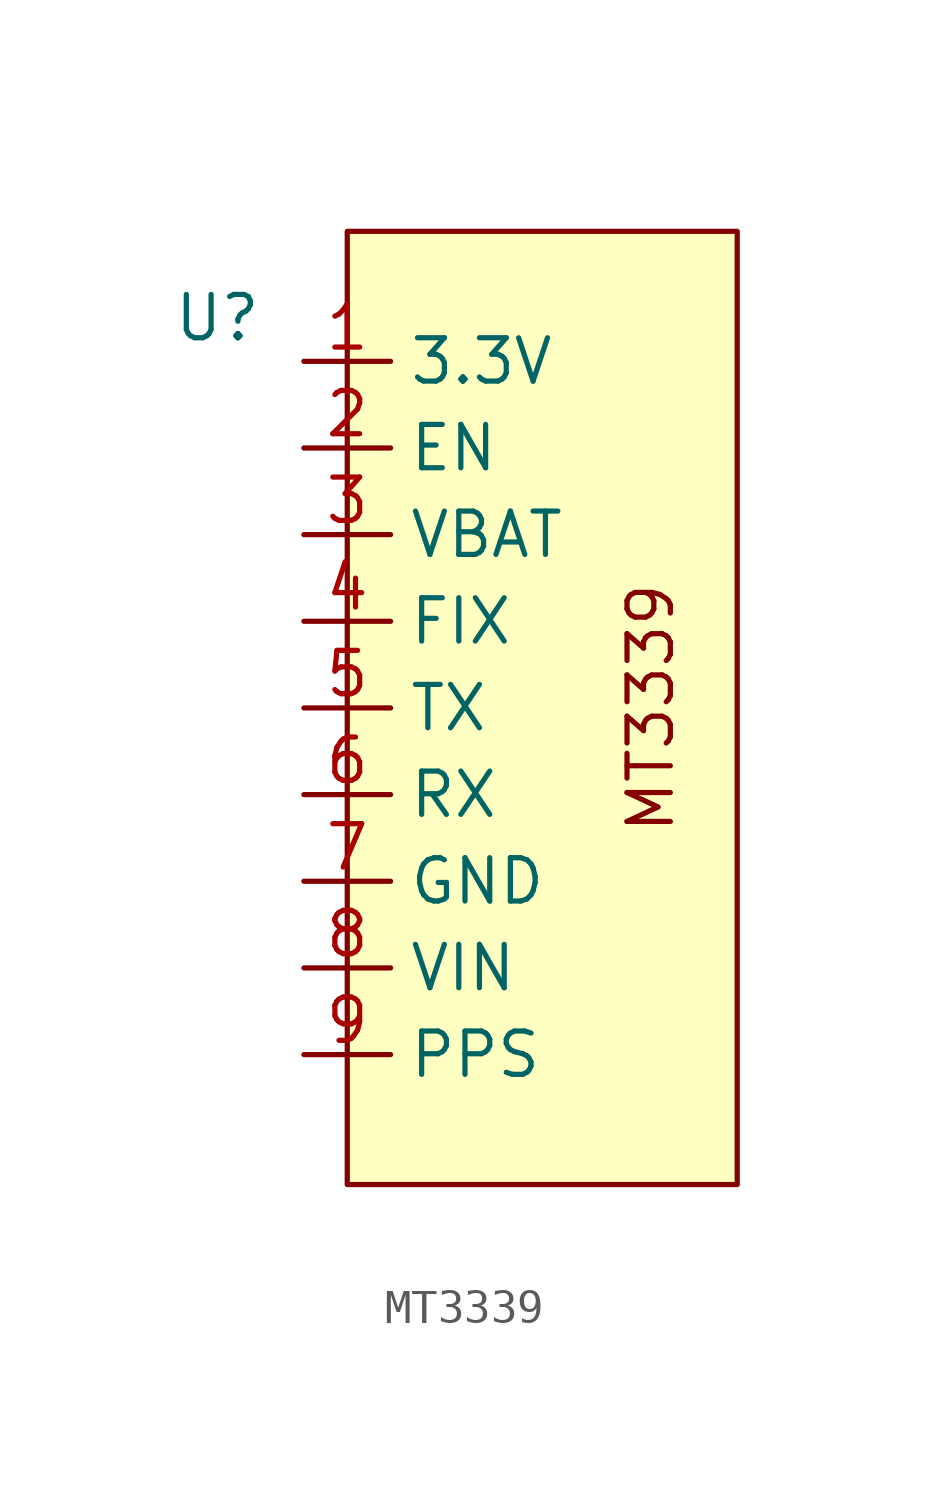
<source format=kicad_sym>
(kicad_symbol_lib
  (version 20220914)
  (generator kicad_symbol_editor)
  (symbol "MT3339"
    (property "Reference" "U"
      (at 0 0 0)
      (effects (font (size 1.27 1.27))))
    (property "Value" ""
      (at 0 0 0)
      (effects (font (size 1.27 1.27))))
    (symbol "MT3339_0_1"
      (rectangle (start 3.81 2.54) (end 15.24 -25.4) (stroke (width 0) (type default)) (fill (type background)))
      (text "MT3339" (at 12.7 -11.43 900) (effects (font (size 1.27 1.27)))))
    (symbol "MT3339_1_1"
      (pin power_in line (at 2.54 -1.27 0) (length 2.54) (name "3.3V" (effects (font (size 1.27 1.27)))) (number "1" (effects (font (size 1.27 1.27)))))
      (pin input line (at 2.54 -3.81 0) (length 2.54) (name "EN" (effects (font (size 1.27 1.27)))) (number "2" (effects (font (size 1.27 1.27)))))
      (pin input line (at 2.54 -6.35 0) (length 2.54) (name "VBAT" (effects (font (size 1.27 1.27)))) (number "3" (effects (font (size 1.27 1.27)))))
      (pin bidirectional line (at 2.54 -8.89 0) (length 2.54) (name "FIX" (effects (font (size 1.27 1.27)))) (number "4" (effects (font (size 1.27 1.27)))))
      (pin output line (at 2.54 -11.43 0) (length 2.54) (name "TX" (effects (font (size 1.27 1.27)))) (number "5" (effects (font (size 1.27 1.27)))))
      (pin input line (at 2.54 -13.97 0) (length 2.54) (name "RX" (effects (font (size 1.27 1.27)))) (number "6" (effects (font (size 1.27 1.27)))))
      (pin power_out line (at 2.54 -16.51 0) (length 2.54) (name "GND" (effects (font (size 1.27 1.27)))) (number "7" (effects (font (size 1.27 1.27)))))
      (pin power_in line (at 2.54 -19.05 0) (length 2.54) (name "VIN" (effects (font (size 1.27 1.27)))) (number "8" (effects (font (size 1.27 1.27)))))
      (pin bidirectional line (at 2.54 -21.59 0) (length 2.54) (name "PPS" (effects (font (size 1.27 1.27)))) (number "9" (effects (font (size 1.27 1.27))))))))
</source>
